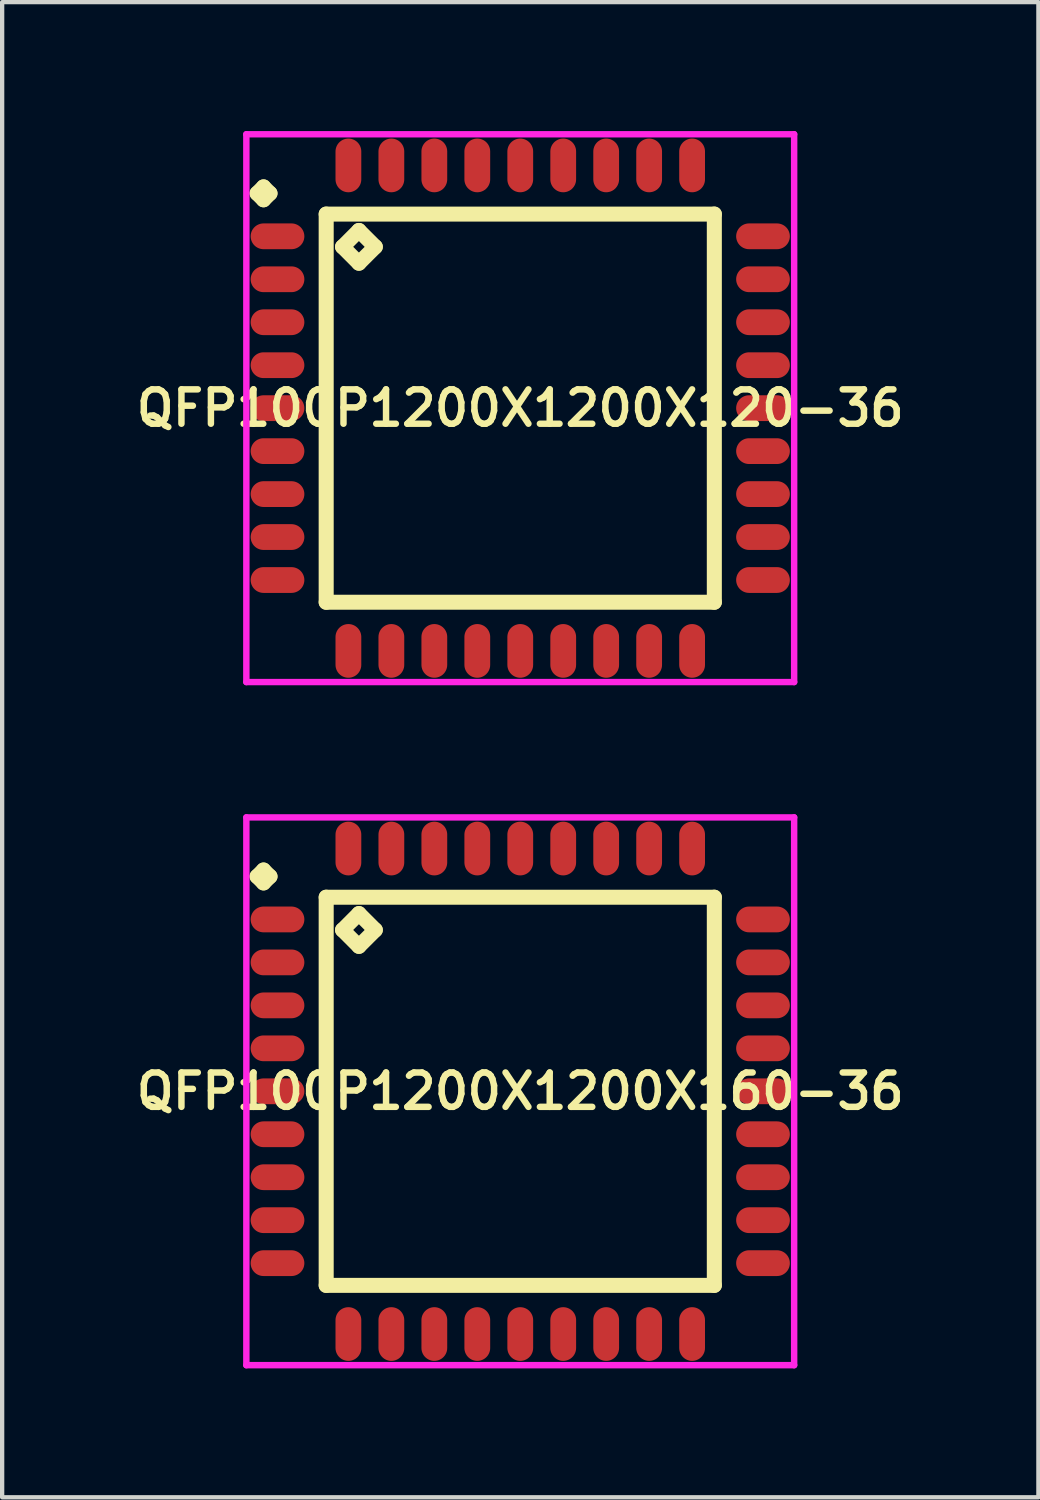
<source format=kicad_pcb>
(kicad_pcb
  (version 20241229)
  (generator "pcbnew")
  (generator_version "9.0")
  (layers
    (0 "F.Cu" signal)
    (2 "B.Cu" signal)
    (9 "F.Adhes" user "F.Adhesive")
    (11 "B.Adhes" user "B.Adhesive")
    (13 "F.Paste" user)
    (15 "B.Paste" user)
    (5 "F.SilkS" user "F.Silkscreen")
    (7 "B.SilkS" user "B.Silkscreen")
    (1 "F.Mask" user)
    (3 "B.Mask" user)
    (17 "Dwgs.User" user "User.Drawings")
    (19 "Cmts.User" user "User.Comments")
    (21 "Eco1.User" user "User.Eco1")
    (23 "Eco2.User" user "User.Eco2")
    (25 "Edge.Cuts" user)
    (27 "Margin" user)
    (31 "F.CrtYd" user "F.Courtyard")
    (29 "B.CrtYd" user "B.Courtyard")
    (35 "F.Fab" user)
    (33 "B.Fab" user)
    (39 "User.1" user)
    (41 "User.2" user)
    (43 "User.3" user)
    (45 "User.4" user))
  (footprint "QFP100P1200X1200X160-36"
    (layer "F.Cu")
    (at 9.059 22.35)
    (property "Reference" "QFP100P1200X1200X160-36" (at 0 0 0) (layer "F.SilkS") (effects (font (size 0.8 0.8) (thickness 0.15))))
    (attr smd)
    (fp_line (start -6.125 -5) (end -5.975 -5.15) (stroke (width 0.35) (type solid)) (layer "F.SilkS"))
    (fp_line (start -5.975 -5.15) (end -5.825 -5) (stroke (width 0.35) (type solid)) (layer "F.SilkS"))
    (fp_line (start -5.975 -4.85) (end -6.125 -5) (stroke (width 0.35) (type solid)) (layer "F.SilkS"))
    (fp_line (start -5.825 -5) (end -5.975 -4.85) (stroke (width 0.35) (type solid)) (layer "F.SilkS"))
    (fp_line (start -4.517 -4.517) (end -4.517 4.517) (stroke (width 0.35) (type solid)) (layer "F.SilkS"))
    (fp_line (start -4.517 4.517) (end 4.517 4.517) (stroke (width 0.35) (type solid)) (layer "F.SilkS"))
    (fp_line (start -4.136 -3.755) (end -3.755 -4.136) (stroke (width 0.35) (type solid)) (layer "F.SilkS"))
    (fp_line (start -3.755 -4.136) (end -3.374 -3.755) (stroke (width 0.35) (type solid)) (layer "F.SilkS"))
    (fp_line (start -3.755 -3.374) (end -4.136 -3.755) (stroke (width 0.35) (type solid)) (layer "F.SilkS"))
    (fp_line (start -3.374 -3.755) (end -3.755 -3.374) (stroke (width 0.35) (type solid)) (layer "F.SilkS"))
    (fp_line (start 4.517 -4.517) (end -4.517 -4.517) (stroke (width 0.35) (type solid)) (layer "F.SilkS"))
    (fp_line (start 4.517 4.517) (end 4.517 -4.517) (stroke (width 0.35) (type solid)) (layer "F.SilkS"))
    (fp_line (start -6.375 -6.375) (end 6.375 -6.375) (stroke (width 0.15) (type solid)) (layer "F.CrtYd"))
    (fp_line (start -6.375 6.375) (end -6.375 -6.375) (stroke (width 0.15) (type solid)) (layer "F.CrtYd"))
    (fp_line (start 6.375 -6.375) (end 6.375 6.375) (stroke (width 0.15) (type solid)) (layer "F.CrtYd"))
    (fp_line (start 6.375 6.375) (end -6.375 6.375) (stroke (width 0.15) (type solid)) (layer "F.CrtYd"))
    (pad "1" smd oval (at -5.65 -4) (size 1.25 0.6) (layers "F.Cu" "F.Mask" "F.Paste"))
    (pad "2" smd oval (at -5.65 -3) (size 1.25 0.6) (layers "F.Cu" "F.Mask" "F.Paste"))
    (pad "3" smd oval (at -5.65 -2) (size 1.25 0.6) (layers "F.Cu" "F.Mask" "F.Paste"))
    (pad "4" smd oval (at -5.65 -1) (size 1.25 0.6) (layers "F.Cu" "F.Mask" "F.Paste"))
    (pad "5" smd oval (at -5.65 0) (size 1.25 0.6) (layers "F.Cu" "F.Mask" "F.Paste"))
    (pad "6" smd oval (at -5.65 1) (size 1.25 0.6) (layers "F.Cu" "F.Mask" "F.Paste"))
    (pad "7" smd oval (at -5.65 2) (size 1.25 0.6) (layers "F.Cu" "F.Mask" "F.Paste"))
    (pad "8" smd oval (at -5.65 3) (size 1.25 0.6) (layers "F.Cu" "F.Mask" "F.Paste"))
    (pad "9" smd oval (at -5.65 4) (size 1.25 0.6) (layers "F.Cu" "F.Mask" "F.Paste"))
    (pad "10" smd oval (at -4 5.65) (size 0.6 1.25) (layers "F.Cu" "F.Mask" "F.Paste"))
    (pad "11" smd oval (at -3 5.65) (size 0.6 1.25) (layers "F.Cu" "F.Mask" "F.Paste"))
    (pad "12" smd oval (at -2 5.65) (size 0.6 1.25) (layers "F.Cu" "F.Mask" "F.Paste"))
    (pad "13" smd oval (at -1 5.65) (size 0.6 1.25) (layers "F.Cu" "F.Mask" "F.Paste"))
    (pad "14" smd oval (at 0 5.65) (size 0.6 1.25) (layers "F.Cu" "F.Mask" "F.Paste"))
    (pad "15" smd oval (at 1 5.65) (size 0.6 1.25) (layers "F.Cu" "F.Mask" "F.Paste"))
    (pad "16" smd oval (at 2 5.65) (size 0.6 1.25) (layers "F.Cu" "F.Mask" "F.Paste"))
    (pad "17" smd oval (at 3 5.65) (size 0.6 1.25) (layers "F.Cu" "F.Mask" "F.Paste"))
    (pad "18" smd oval (at 4 5.65) (size 0.6 1.25) (layers "F.Cu" "F.Mask" "F.Paste"))
    (pad "19" smd oval (at 5.65 4) (size 1.25 0.6) (layers "F.Cu" "F.Mask" "F.Paste"))
    (pad "20" smd oval (at 5.65 3) (size 1.25 0.6) (layers "F.Cu" "F.Mask" "F.Paste"))
    (pad "21" smd oval (at 5.65 2) (size 1.25 0.6) (layers "F.Cu" "F.Mask" "F.Paste"))
    (pad "22" smd oval (at 5.65 1) (size 1.25 0.6) (layers "F.Cu" "F.Mask" "F.Paste"))
    (pad "23" smd oval (at 5.65 0) (size 1.25 0.6) (layers "F.Cu" "F.Mask" "F.Paste"))
    (pad "24" smd oval (at 5.65 -1) (size 1.25 0.6) (layers "F.Cu" "F.Mask" "F.Paste"))
    (pad "25" smd oval (at 5.65 -2) (size 1.25 0.6) (layers "F.Cu" "F.Mask" "F.Paste"))
    (pad "26" smd oval (at 5.65 -3) (size 1.25 0.6) (layers "F.Cu" "F.Mask" "F.Paste"))
    (pad "27" smd oval (at 5.65 -4) (size 1.25 0.6) (layers "F.Cu" "F.Mask" "F.Paste"))
    (pad "28" smd oval (at 4 -5.65) (size 0.6 1.25) (layers "F.Cu" "F.Mask" "F.Paste"))
    (pad "29" smd oval (at 3 -5.65) (size 0.6 1.25) (layers "F.Cu" "F.Mask" "F.Paste"))
    (pad "30" smd oval (at 2 -5.65) (size 0.6 1.25) (layers "F.Cu" "F.Mask" "F.Paste"))
    (pad "31" smd oval (at 1 -5.65) (size 0.6 1.25) (layers "F.Cu" "F.Mask" "F.Paste"))
    (pad "32" smd oval (at 0 -5.65) (size 0.6 1.25) (layers "F.Cu" "F.Mask" "F.Paste"))
    (pad "33" smd oval (at -1 -5.65) (size 0.6 1.25) (layers "F.Cu" "F.Mask" "F.Paste"))
    (pad "34" smd oval (at -2 -5.65) (size 0.6 1.25) (layers "F.Cu" "F.Mask" "F.Paste"))
    (pad "35" smd oval (at -3 -5.65) (size 0.6 1.25) (layers "F.Cu" "F.Mask" "F.Paste"))
    (pad "36" smd oval (at -4 -5.65) (size 0.6 1.25) (layers "F.Cu" "F.Mask" "F.Paste")))
  (footprint "QFP100P1200X1200X120-36"
    (layer "F.Cu")
    (at 9.059 6.45)
    (property "Reference" "QFP100P1200X1200X120-36" (at 0 0 0) (layer "F.SilkS") (effects (font (size 0.8 0.8) (thickness 0.15))))
    (attr smd)
    (fp_line (start -6.125 -5) (end -5.975 -5.15) (stroke (width 0.35) (type solid)) (layer "F.SilkS"))
    (fp_line (start -5.975 -5.15) (end -5.825 -5) (stroke (width 0.35) (type solid)) (layer "F.SilkS"))
    (fp_line (start -5.975 -4.85) (end -6.125 -5) (stroke (width 0.35) (type solid)) (layer "F.SilkS"))
    (fp_line (start -5.825 -5) (end -5.975 -4.85) (stroke (width 0.35) (type solid)) (layer "F.SilkS"))
    (fp_line (start -4.517 -4.517) (end -4.517 4.517) (stroke (width 0.35) (type solid)) (layer "F.SilkS"))
    (fp_line (start -4.517 4.517) (end 4.517 4.517) (stroke (width 0.35) (type solid)) (layer "F.SilkS"))
    (fp_line (start -4.136 -3.755) (end -3.755 -4.136) (stroke (width 0.35) (type solid)) (layer "F.SilkS"))
    (fp_line (start -3.755 -4.136) (end -3.374 -3.755) (stroke (width 0.35) (type solid)) (layer "F.SilkS"))
    (fp_line (start -3.755 -3.374) (end -4.136 -3.755) (stroke (width 0.35) (type solid)) (layer "F.SilkS"))
    (fp_line (start -3.374 -3.755) (end -3.755 -3.374) (stroke (width 0.35) (type solid)) (layer "F.SilkS"))
    (fp_line (start 4.517 -4.517) (end -4.517 -4.517) (stroke (width 0.35) (type solid)) (layer "F.SilkS"))
    (fp_line (start 4.517 4.517) (end 4.517 -4.517) (stroke (width 0.35) (type solid)) (layer "F.SilkS"))
    (fp_line (start -6.375 -6.375) (end 6.375 -6.375) (stroke (width 0.15) (type solid)) (layer "F.CrtYd"))
    (fp_line (start -6.375 6.375) (end -6.375 -6.375) (stroke (width 0.15) (type solid)) (layer "F.CrtYd"))
    (fp_line (start 6.375 -6.375) (end 6.375 6.375) (stroke (width 0.15) (type solid)) (layer "F.CrtYd"))
    (fp_line (start 6.375 6.375) (end -6.375 6.375) (stroke (width 0.15) (type solid)) (layer "F.CrtYd"))
    (pad "1" smd oval (at -5.65 -4) (size 1.25 0.6) (layers "F.Cu" "F.Mask" "F.Paste"))
    (pad "2" smd oval (at -5.65 -3) (size 1.25 0.6) (layers "F.Cu" "F.Mask" "F.Paste"))
    (pad "3" smd oval (at -5.65 -2) (size 1.25 0.6) (layers "F.Cu" "F.Mask" "F.Paste"))
    (pad "4" smd oval (at -5.65 -1) (size 1.25 0.6) (layers "F.Cu" "F.Mask" "F.Paste"))
    (pad "5" smd oval (at -5.65 0) (size 1.25 0.6) (layers "F.Cu" "F.Mask" "F.Paste"))
    (pad "6" smd oval (at -5.65 1) (size 1.25 0.6) (layers "F.Cu" "F.Mask" "F.Paste"))
    (pad "7" smd oval (at -5.65 2) (size 1.25 0.6) (layers "F.Cu" "F.Mask" "F.Paste"))
    (pad "8" smd oval (at -5.65 3) (size 1.25 0.6) (layers "F.Cu" "F.Mask" "F.Paste"))
    (pad "9" smd oval (at -5.65 4) (size 1.25 0.6) (layers "F.Cu" "F.Mask" "F.Paste"))
    (pad "10" smd oval (at -4 5.65) (size 0.6 1.25) (layers "F.Cu" "F.Mask" "F.Paste"))
    (pad "11" smd oval (at -3 5.65) (size 0.6 1.25) (layers "F.Cu" "F.Mask" "F.Paste"))
    (pad "12" smd oval (at -2 5.65) (size 0.6 1.25) (layers "F.Cu" "F.Mask" "F.Paste"))
    (pad "13" smd oval (at -1 5.65) (size 0.6 1.25) (layers "F.Cu" "F.Mask" "F.Paste"))
    (pad "14" smd oval (at 0 5.65) (size 0.6 1.25) (layers "F.Cu" "F.Mask" "F.Paste"))
    (pad "15" smd oval (at 1 5.65) (size 0.6 1.25) (layers "F.Cu" "F.Mask" "F.Paste"))
    (pad "16" smd oval (at 2 5.65) (size 0.6 1.25) (layers "F.Cu" "F.Mask" "F.Paste"))
    (pad "17" smd oval (at 3 5.65) (size 0.6 1.25) (layers "F.Cu" "F.Mask" "F.Paste"))
    (pad "18" smd oval (at 4 5.65) (size 0.6 1.25) (layers "F.Cu" "F.Mask" "F.Paste"))
    (pad "19" smd oval (at 5.65 4) (size 1.25 0.6) (layers "F.Cu" "F.Mask" "F.Paste"))
    (pad "20" smd oval (at 5.65 3) (size 1.25 0.6) (layers "F.Cu" "F.Mask" "F.Paste"))
    (pad "21" smd oval (at 5.65 2) (size 1.25 0.6) (layers "F.Cu" "F.Mask" "F.Paste"))
    (pad "22" smd oval (at 5.65 1) (size 1.25 0.6) (layers "F.Cu" "F.Mask" "F.Paste"))
    (pad "23" smd oval (at 5.65 0) (size 1.25 0.6) (layers "F.Cu" "F.Mask" "F.Paste"))
    (pad "24" smd oval (at 5.65 -1) (size 1.25 0.6) (layers "F.Cu" "F.Mask" "F.Paste"))
    (pad "25" smd oval (at 5.65 -2) (size 1.25 0.6) (layers "F.Cu" "F.Mask" "F.Paste"))
    (pad "26" smd oval (at 5.65 -3) (size 1.25 0.6) (layers "F.Cu" "F.Mask" "F.Paste"))
    (pad "27" smd oval (at 5.65 -4) (size 1.25 0.6) (layers "F.Cu" "F.Mask" "F.Paste"))
    (pad "28" smd oval (at 4 -5.65) (size 0.6 1.25) (layers "F.Cu" "F.Mask" "F.Paste"))
    (pad "29" smd oval (at 3 -5.65) (size 0.6 1.25) (layers "F.Cu" "F.Mask" "F.Paste"))
    (pad "30" smd oval (at 2 -5.65) (size 0.6 1.25) (layers "F.Cu" "F.Mask" "F.Paste"))
    (pad "31" smd oval (at 1 -5.65) (size 0.6 1.25) (layers "F.Cu" "F.Mask" "F.Paste"))
    (pad "32" smd oval (at 0 -5.65) (size 0.6 1.25) (layers "F.Cu" "F.Mask" "F.Paste"))
    (pad "33" smd oval (at -1 -5.65) (size 0.6 1.25) (layers "F.Cu" "F.Mask" "F.Paste"))
    (pad "34" smd oval (at -2 -5.65) (size 0.6 1.25) (layers "F.Cu" "F.Mask" "F.Paste"))
    (pad "35" smd oval (at -3 -5.65) (size 0.6 1.25) (layers "F.Cu" "F.Mask" "F.Paste"))
    (pad "36" smd oval (at -4 -5.65) (size 0.6 1.25) (layers "F.Cu" "F.Mask" "F.Paste")))
  (gr_rect
    (start -3 -3)
    (end 21.119 31.8)
    (stroke (width 0.1) (type default))
    (fill no)
    (layer "Edge.Cuts")))
</source>
